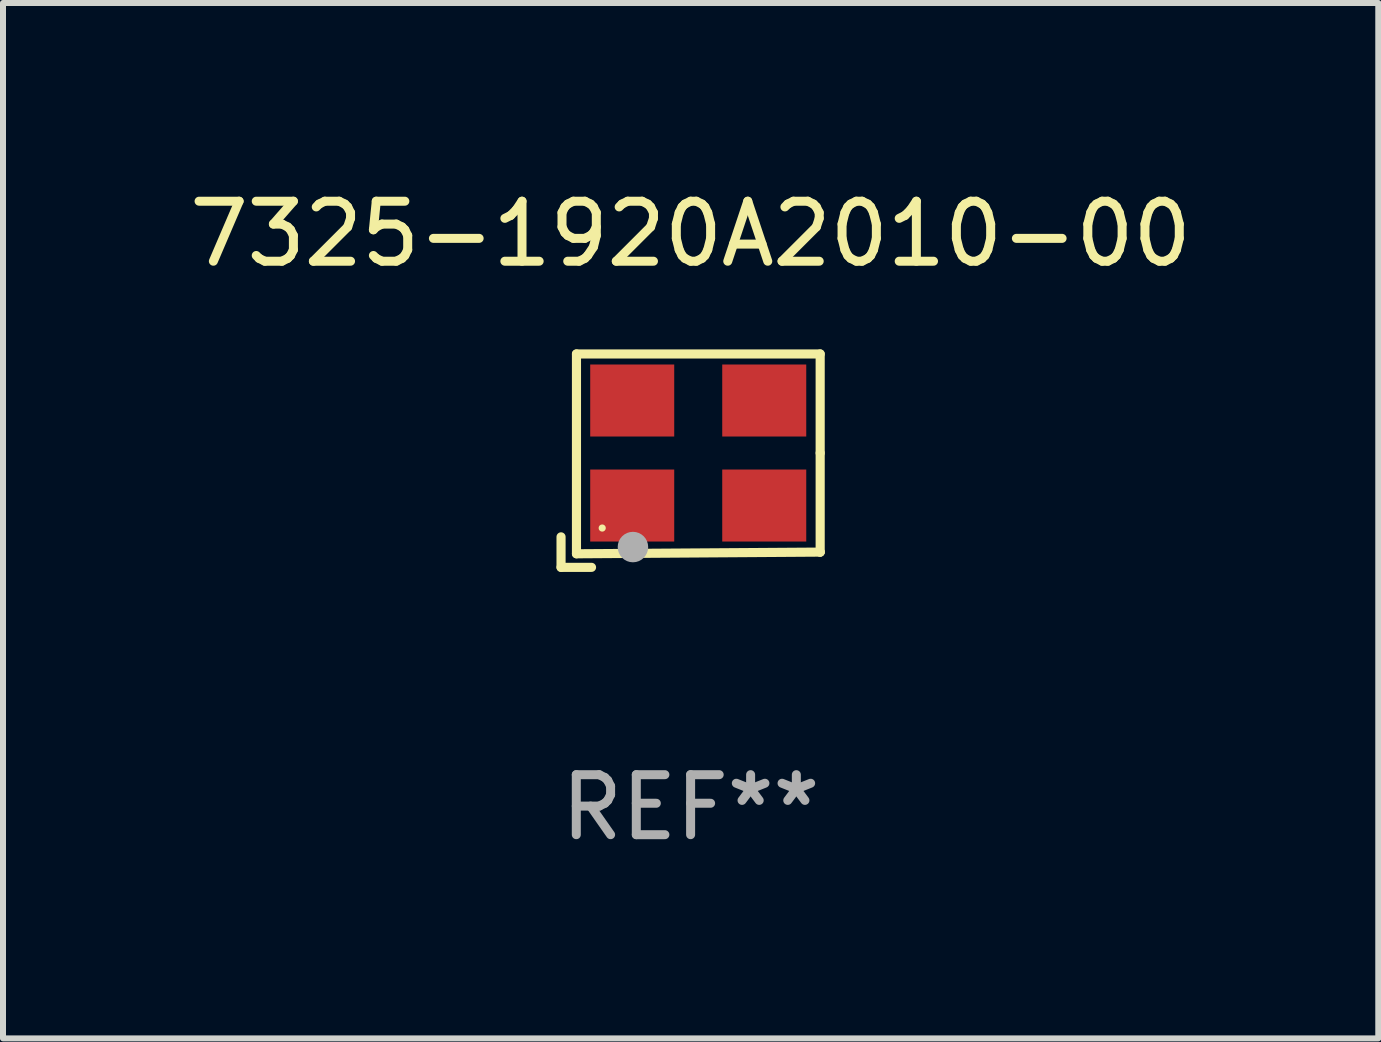
<source format=kicad_pcb>
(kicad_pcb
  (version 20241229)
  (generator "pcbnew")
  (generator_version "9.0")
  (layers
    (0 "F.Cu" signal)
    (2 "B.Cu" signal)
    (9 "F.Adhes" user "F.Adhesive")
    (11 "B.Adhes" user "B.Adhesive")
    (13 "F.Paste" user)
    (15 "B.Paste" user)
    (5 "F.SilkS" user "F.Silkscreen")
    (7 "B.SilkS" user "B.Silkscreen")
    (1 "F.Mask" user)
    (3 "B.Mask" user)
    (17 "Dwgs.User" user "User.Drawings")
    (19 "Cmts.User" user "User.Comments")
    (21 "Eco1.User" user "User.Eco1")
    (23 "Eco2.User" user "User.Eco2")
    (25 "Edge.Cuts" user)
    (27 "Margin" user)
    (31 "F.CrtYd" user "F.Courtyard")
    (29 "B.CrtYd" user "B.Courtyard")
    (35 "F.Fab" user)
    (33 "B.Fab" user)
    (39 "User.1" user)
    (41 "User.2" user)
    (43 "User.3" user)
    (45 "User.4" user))
  (footprint "7325-1920A2010-00"
    (layer "F.Cu")
    (at 8.458 4.626)
    (property "Reference" "7325-1920A2010-00" (at 0 -3.778 0) (layer "F.SilkS") (effects (font (size 1 1) (thickness 0.15))))
    (attr through_hole)
    (fp_line (start -2.159 1.27) (end -2.159 1.778) (stroke (width 0.152) (type solid)) (layer "F.SilkS"))
    (fp_line (start -2.159 1.778) (end -1.651 1.778) (stroke (width 0.152) (type solid)) (layer "F.SilkS"))
    (fp_line (start -1.902 -1.778) (end 2.159 -1.778) (stroke (width 0.152) (type solid)) (layer "F.SilkS"))
    (fp_line (start -1.902 1.552) (end -1.902 -1.778) (stroke (width 0.152) (type solid)) (layer "F.SilkS"))
    (fp_line (start 2.159 -1.778) (end 2.159 -0.127) (stroke (width 0.152) (type solid)) (layer "F.SilkS"))
    (fp_line (start 2.159 -0.127) (end 2.159 1.524) (stroke (width 0.152) (type solid)) (layer "F.SilkS"))
    (fp_line (start 2.159 1.524) (end -1.902 1.552) (stroke (width 0.152) (type solid)) (layer "F.SilkS"))
    (fp_line (start 2.159 1.524) (end 2.159 1.524) (stroke (width 0.152) (type solid)) (layer "F.SilkS"))
    (fp_circle (center -1.473 1.123) (end -1.443 1.123) (stroke (width 0.06) (type solid)) (fill no) (layer "F.SilkS"))
    (fp_circle (center -0.961 1.44) (end -0.834 1.44) (stroke (width 0.254) (type solid)) (fill no) (layer "F.Fab"))
    (fp_text user "REF**" (at 0 5.778 0) (layer "F.Fab") (effects (font (size 1 1) (thickness 0.15))))
    (pad "1" smd rect (at -0.973 0.748) (size 1.4 1.2) (layers "F.Cu" "F.Mask" "F.Paste"))
    (pad "2" smd rect (at 1.227 0.748) (size 1.4 1.2) (layers "F.Cu" "F.Mask" "F.Paste"))
    (pad "3" smd rect (at 1.227 -1.002) (size 1.4 1.2) (layers "F.Cu" "F.Mask" "F.Paste"))
    (pad "4" smd rect (at -0.973 -1.002) (size 1.4 1.2) (layers "F.Cu" "F.Mask" "F.Paste")))
  (gr_rect
    (start -3 -3)
    (end 19.917 14.253)
    (stroke (width 0.1) (type default))
    (fill no)
    (layer "Edge.Cuts")))
</source>
